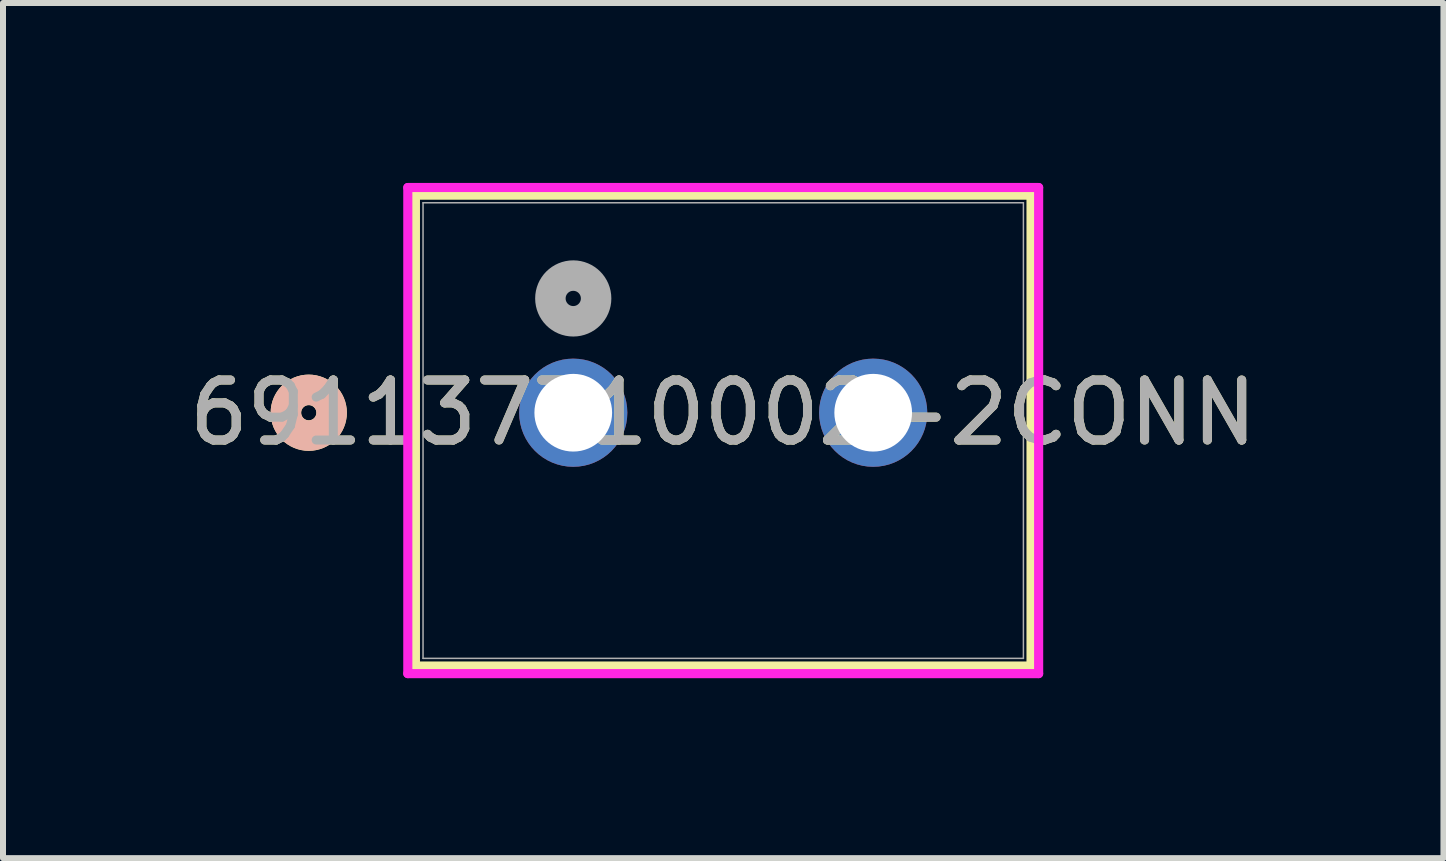
<source format=kicad_pcb>
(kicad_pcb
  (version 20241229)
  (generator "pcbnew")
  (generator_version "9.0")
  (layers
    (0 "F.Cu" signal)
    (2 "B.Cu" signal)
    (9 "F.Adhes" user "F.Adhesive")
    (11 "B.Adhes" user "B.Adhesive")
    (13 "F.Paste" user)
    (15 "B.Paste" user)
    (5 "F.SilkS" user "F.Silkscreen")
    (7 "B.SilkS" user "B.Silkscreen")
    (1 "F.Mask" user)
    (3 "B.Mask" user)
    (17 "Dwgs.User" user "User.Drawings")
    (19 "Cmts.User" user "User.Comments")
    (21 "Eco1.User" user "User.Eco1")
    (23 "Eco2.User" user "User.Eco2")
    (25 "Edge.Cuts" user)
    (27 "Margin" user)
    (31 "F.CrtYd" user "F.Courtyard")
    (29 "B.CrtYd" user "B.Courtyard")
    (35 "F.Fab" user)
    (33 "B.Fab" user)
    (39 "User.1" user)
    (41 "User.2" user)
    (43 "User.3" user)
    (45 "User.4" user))
  (footprint "691137710002-2CONN"
    (layer "F.Cu")
    (at 6.506 3.83)
    (property "Reference" "691137710002-2CONN" (at 2.5 0 0) (unlocked yes) (layer "F.SilkS") (effects (font (size 1 1) (thickness 0.15))))
    (attr through_hole)
    (fp_line (start -2.631 -3.627) (end -2.631 4.222) (stroke (width 0.152) (type solid)) (layer "F.SilkS"))
    (fp_line (start -2.631 4.222) (end 7.631 4.222) (stroke (width 0.152) (type solid)) (layer "F.SilkS"))
    (fp_line (start 7.631 -3.627) (end -2.631 -3.627) (stroke (width 0.152) (type solid)) (layer "F.SilkS"))
    (fp_line (start 7.631 4.222) (end 7.631 -3.627) (stroke (width 0.152) (type solid)) (layer "F.SilkS"))
    (fp_circle (center -4.409 0) (end -4.028 0) (stroke (width 0.508) (type solid)) (fill no) (layer "F.SilkS"))
    (fp_circle (center -4.409 0) (end -4.028 0) (stroke (width 0.508) (type solid)) (fill no) (layer "B.SilkS"))
    (fp_line (start -2.758 -3.754) (end -2.758 4.349) (stroke (width 0.152) (type solid)) (layer "F.CrtYd"))
    (fp_line (start -2.758 4.349) (end 7.758 4.349) (stroke (width 0.152) (type solid)) (layer "F.CrtYd"))
    (fp_line (start 7.758 -3.754) (end -2.758 -3.754) (stroke (width 0.152) (type solid)) (layer "F.CrtYd"))
    (fp_line (start 7.758 4.349) (end 7.758 -3.754) (stroke (width 0.152) (type solid)) (layer "F.CrtYd"))
    (fp_line (start -2.504 -3.5) (end -2.504 4.095) (stroke (width 0.025) (type solid)) (layer "F.Fab"))
    (fp_line (start -2.504 4.095) (end 7.504 4.095) (stroke (width 0.025) (type solid)) (layer "F.Fab"))
    (fp_line (start 7.504 -3.5) (end -2.504 -3.5) (stroke (width 0.025) (type solid)) (layer "F.Fab"))
    (fp_line (start 7.504 4.095) (end 7.504 -3.5) (stroke (width 0.025) (type solid)) (layer "F.Fab"))
    (fp_circle (center 0 -1.905) (end 0.381 -1.905) (stroke (width 0.508) (type solid)) (fill no) (layer "F.Fab"))
    (fp_text user "${REFERENCE}" (at 2.5 0 0) (unlocked yes) (layer "F.Fab") (effects (font (size 1 1) (thickness 0.15))))
    (pad "1" thru_hole circle (at 0 0) (size 1.803 1.803) (drill 1.295) (layers "*.Cu" "*.Mask"))
    (pad "2" thru_hole circle (at 5 0) (size 1.803 1.803) (drill 1.295) (layers "*.Cu" "*.Mask")))
  (gr_rect
    (start -3 -3)
    (end 21.012 11.255)
    (stroke (width 0.1) (type default))
    (fill no)
    (layer "Edge.Cuts")))
</source>
